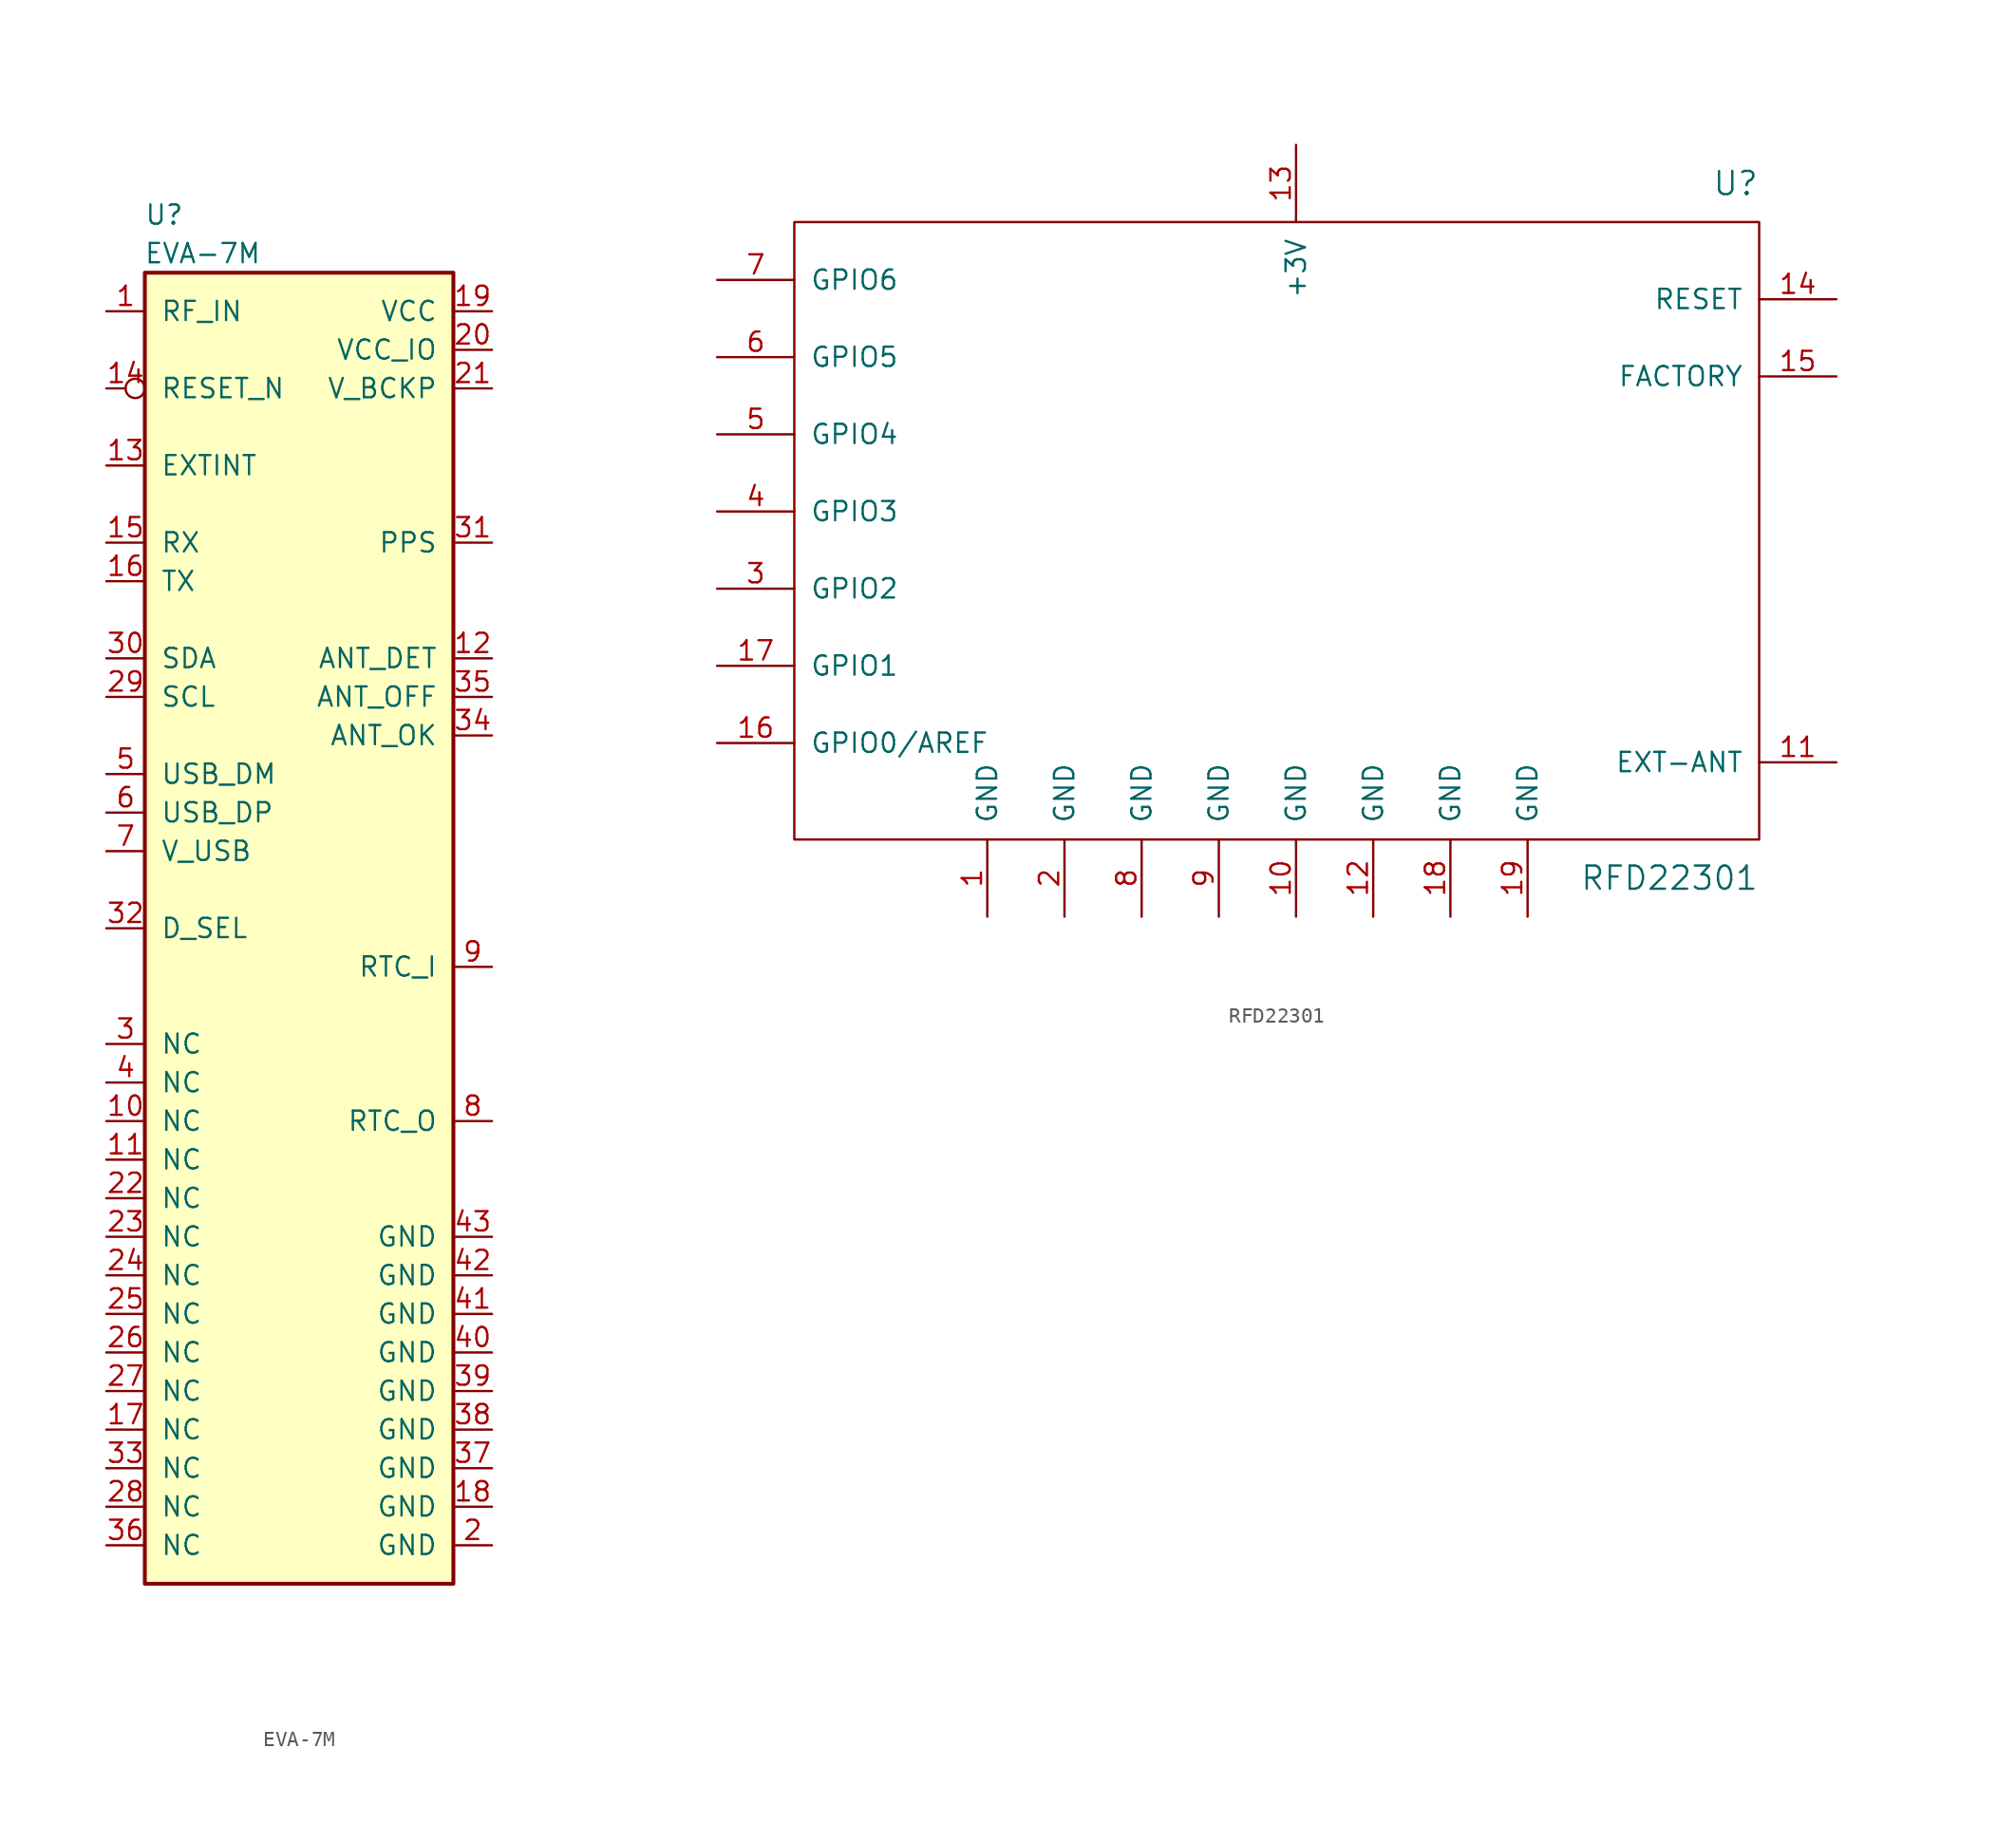
<source format=kicad_sym>
(kicad_symbol_lib
  (version 20211014)
  (generator kicad_symbol_editor)
  (symbol "EVA-7M"
    (pin_names
      (offset 1.016))
    (property "Reference" "U"
      (at -8.89 46.99 0)
      (effects (font (size 1.27 1.27))))
    (property "Value" "EVA-7M"
      (at -6.35 44.45 0)
      (effects (font (size 1.27 1.27))))
    (symbol "EVA-7M_0_0"
      (pin passive line (at -12.7 -12.7 0) (length 2.54) (name "NC" (effects (font (size 1.27 1.27)))) (number "10" (effects (font (size 1.27 1.27)))))
      (pin passive line (at -12.7 -15.24 0) (length 2.54) (name "NC" (effects (font (size 1.27 1.27)))) (number "11" (effects (font (size 1.27 1.27)))))
      (pin input line (at 12.7 17.78 180) (length 2.54) (name "ANT_DET" (effects (font (size 1.27 1.27)))) (number "12" (effects (font (size 1.27 1.27)))))
      (pin input line (at -12.7 30.48 0) (length 2.54) (name "EXTINT" (effects (font (size 1.27 1.27)))) (number "13" (effects (font (size 1.27 1.27)))))
      (pin input line (at -12.7 25.4 0) (length 2.54) (name "RX" (effects (font (size 1.27 1.27)))) (number "15" (effects (font (size 1.27 1.27)))))
      (pin output line (at -12.7 22.86 0) (length 2.54) (name "TX" (effects (font (size 1.27 1.27)))) (number "16" (effects (font (size 1.27 1.27)))))
      (pin passive line (at -12.7 -33.02 0) (length 2.54) (name "NC" (effects (font (size 1.27 1.27)))) (number "17" (effects (font (size 1.27 1.27)))))
      (pin passive line (at 12.7 -38.1 180) (length 2.54) (name "GND" (effects (font (size 1.27 1.27)))) (number "18" (effects (font (size 1.27 1.27)))))
      (pin power_in line (at 12.7 40.64 180) (length 2.54) (name "VCC" (effects (font (size 1.27 1.27)))) (number "19" (effects (font (size 1.27 1.27)))))
      (pin passive line (at 12.7 -40.64 180) (length 2.54) (name "GND" (effects (font (size 1.27 1.27)))) (number "2" (effects (font (size 1.27 1.27)))))
      (pin power_in line (at 12.7 38.1 180) (length 2.54) (name "VCC_IO" (effects (font (size 1.27 1.27)))) (number "20" (effects (font (size 1.27 1.27)))))
      (pin power_in line (at 12.7 35.56 180) (length 2.54) (name "V_BCKP" (effects (font (size 1.27 1.27)))) (number "21" (effects (font (size 1.27 1.27)))))
      (pin passive line (at -12.7 -17.78 0) (length 2.54) (name "NC" (effects (font (size 1.27 1.27)))) (number "22" (effects (font (size 1.27 1.27)))))
      (pin passive line (at -12.7 -20.32 0) (length 2.54) (name "NC" (effects (font (size 1.27 1.27)))) (number "23" (effects (font (size 1.27 1.27)))))
      (pin passive line (at -12.7 -22.86 0) (length 2.54) (name "NC" (effects (font (size 1.27 1.27)))) (number "24" (effects (font (size 1.27 1.27)))))
      (pin passive line (at -12.7 -25.4 0) (length 2.54) (name "NC" (effects (font (size 1.27 1.27)))) (number "25" (effects (font (size 1.27 1.27)))))
      (pin passive line (at -12.7 -27.94 0) (length 2.54) (name "NC" (effects (font (size 1.27 1.27)))) (number "26" (effects (font (size 1.27 1.27)))))
      (pin passive line (at -12.7 -30.48 0) (length 2.54) (name "NC" (effects (font (size 1.27 1.27)))) (number "27" (effects (font (size 1.27 1.27)))))
      (pin passive line (at -12.7 -38.1 0) (length 2.54) (name "NC" (effects (font (size 1.27 1.27)))) (number "28" (effects (font (size 1.27 1.27)))))
      (pin input line (at -12.7 15.24 0) (length 2.54) (name "SCL" (effects (font (size 1.27 1.27)))) (number "29" (effects (font (size 1.27 1.27)))))
      (pin passive line (at -12.7 -7.62 0) (length 2.54) (name "NC" (effects (font (size 1.27 1.27)))) (number "3" (effects (font (size 1.27 1.27)))))
      (pin bidirectional line (at -12.7 17.78 0) (length 2.54) (name "SDA" (effects (font (size 1.27 1.27)))) (number "30" (effects (font (size 1.27 1.27)))))
      (pin output line (at 12.7 25.4 180) (length 2.54) (name "PPS" (effects (font (size 1.27 1.27)))) (number "31" (effects (font (size 1.27 1.27)))))
      (pin input line (at -12.7 0 0) (length 2.54) (name "D_SEL" (effects (font (size 1.27 1.27)))) (number "32" (effects (font (size 1.27 1.27)))))
      (pin passive line (at -12.7 -35.56 0) (length 2.54) (name "NC" (effects (font (size 1.27 1.27)))) (number "33" (effects (font (size 1.27 1.27)))))
      (pin input line (at 12.7 12.7 180) (length 2.54) (name "ANT_OK" (effects (font (size 1.27 1.27)))) (number "34" (effects (font (size 1.27 1.27)))))
      (pin output line (at 12.7 15.24 180) (length 2.54) (name "ANT_OFF" (effects (font (size 1.27 1.27)))) (number "35" (effects (font (size 1.27 1.27)))))
      (pin passive line (at -12.7 -40.64 0) (length 2.54) (name "NC" (effects (font (size 1.27 1.27)))) (number "36" (effects (font (size 1.27 1.27)))))
      (pin passive line (at 12.7 -35.56 180) (length 2.54) (name "GND" (effects (font (size 1.27 1.27)))) (number "37" (effects (font (size 1.27 1.27)))))
      (pin passive line (at 12.7 -33.02 180) (length 2.54) (name "GND" (effects (font (size 1.27 1.27)))) (number "38" (effects (font (size 1.27 1.27)))))
      (pin passive line (at 12.7 -30.48 180) (length 2.54) (name "GND" (effects (font (size 1.27 1.27)))) (number "39" (effects (font (size 1.27 1.27)))))
      (pin passive line (at -12.7 -10.16 0) (length 2.54) (name "NC" (effects (font (size 1.27 1.27)))) (number "4" (effects (font (size 1.27 1.27)))))
      (pin passive line (at 12.7 -27.94 180) (length 2.54) (name "GND" (effects (font (size 1.27 1.27)))) (number "40" (effects (font (size 1.27 1.27)))))
      (pin passive line (at 12.7 -25.4 180) (length 2.54) (name "GND" (effects (font (size 1.27 1.27)))) (number "41" (effects (font (size 1.27 1.27)))))
      (pin passive line (at 12.7 -22.86 180) (length 2.54) (name "GND" (effects (font (size 1.27 1.27)))) (number "42" (effects (font (size 1.27 1.27)))))
      (pin passive line (at 12.7 -20.32 180) (length 2.54) (name "GND" (effects (font (size 1.27 1.27)))) (number "43" (effects (font (size 1.27 1.27)))))
      (pin passive line (at -12.7 10.16 0) (length 2.54) (name "USB_DM" (effects (font (size 1.27 1.27)))) (number "5" (effects (font (size 1.27 1.27)))))
      (pin passive line (at -12.7 7.62 0) (length 2.54) (name "USB_DP" (effects (font (size 1.27 1.27)))) (number "6" (effects (font (size 1.27 1.27)))))
      (pin power_in line (at -12.7 5.08 0) (length 2.54) (name "V_USB" (effects (font (size 1.27 1.27)))) (number "7" (effects (font (size 1.27 1.27)))))
      (pin passive line (at 12.7 -12.7 180) (length 2.54) (name "RTC_O" (effects (font (size 1.27 1.27)))) (number "8" (effects (font (size 1.27 1.27)))))
      (pin passive line (at 12.7 -2.54 180) (length 2.54) (name "RTC_I" (effects (font (size 1.27 1.27)))) (number "9" (effects (font (size 1.27 1.27))))))
    (symbol "EVA-7M_0_1"
      (rectangle (start -10.16 43.18) (end 10.16 -43.18) (stroke (width 0.254) (type default) (color 0 0 0 0)) (fill (type background))))
    (symbol "EVA-7M_1_1"
      (pin input line (at -12.7 40.64 0) (length 2.54) (name "RF_IN" (effects (font (size 1.27 1.27)))) (number "1" (effects (font (size 1.27 1.27)))))
      (pin passive inverted (at -12.7 35.56 0) (length 2.54) (name "RESET_N" (effects (font (size 1.27 1.27)))) (number "14" (effects (font (size 1.27 1.27)))))))
  (symbol "RFD22301"
    (pin_names
      (offset 1.016))
    (property "Reference" "U"
      (at 38.1 -1.27 0)
      (effects (font (size 1.524 1.524)) (justify right)))
    (property "Value" "RFD22301"
      (at 38.1 -46.99 0)
      (effects (font (size 1.524 1.524)) (justify right)))
    (property "Footprint" ""
      (at -8.89 -46.99 0)
      (effects (font (size 1.524 1.524))))
    (property "Datasheet" ""
      (at -8.89 -46.99 0)
      (effects (font (size 1.524 1.524))))
    (symbol "RFD22301_0_1"
      (rectangle (start -25.4 -3.81) (end 38.1 -44.45) (stroke (width 0) (type default) (color 0 0 0 0)) (fill (type none))))
    (symbol "RFD22301_1_1"
      (pin passive line (at -12.7 -49.53 90) (length 5.08) (name "GND" (effects (font (size 1.27 1.27)))) (number "1" (effects (font (size 1.27 1.27)))))
      (pin input line (at 7.62 -49.53 90) (length 5.08) (name "GND" (effects (font (size 1.27 1.27)))) (number "10" (effects (font (size 1.27 1.27)))))
      (pin input line (at 43.18 -39.37 180) (length 5.08) (name "EXT-ANT" (effects (font (size 1.27 1.27)))) (number "11" (effects (font (size 1.27 1.27)))))
      (pin input line (at 12.7 -49.53 90) (length 5.08) (name "GND" (effects (font (size 1.27 1.27)))) (number "12" (effects (font (size 1.27 1.27)))))
      (pin input line (at 7.62 1.27 270) (length 5.08) (name "+3V" (effects (font (size 1.27 1.27)))) (number "13" (effects (font (size 1.27 1.27)))))
      (pin input line (at 43.18 -8.89 180) (length 5.08) (name "RESET" (effects (font (size 1.27 1.27)))) (number "14" (effects (font (size 1.27 1.27)))))
      (pin input line (at 43.18 -13.97 180) (length 5.08) (name "FACTORY" (effects (font (size 1.27 1.27)))) (number "15" (effects (font (size 1.27 1.27)))))
      (pin input line (at -30.48 -38.1 0) (length 5.08) (name "GPIO0/AREF" (effects (font (size 1.27 1.27)))) (number "16" (effects (font (size 1.27 1.27)))))
      (pin input line (at -30.48 -33.02 0) (length 5.08) (name "GPIO1" (effects (font (size 1.27 1.27)))) (number "17" (effects (font (size 1.27 1.27)))))
      (pin input line (at 17.78 -49.53 90) (length 5.08) (name "GND" (effects (font (size 1.27 1.27)))) (number "18" (effects (font (size 1.27 1.27)))))
      (pin input line (at 22.86 -49.53 90) (length 5.08) (name "GND" (effects (font (size 1.27 1.27)))) (number "19" (effects (font (size 1.27 1.27)))))
      (pin input line (at -7.62 -49.53 90) (length 5.08) (name "GND" (effects (font (size 1.27 1.27)))) (number "2" (effects (font (size 1.27 1.27)))))
      (pin input line (at -30.48 -27.94 0) (length 5.08) (name "GPIO2" (effects (font (size 1.27 1.27)))) (number "3" (effects (font (size 1.27 1.27)))))
      (pin input line (at -30.48 -22.86 0) (length 5.08) (name "GPIO3" (effects (font (size 1.27 1.27)))) (number "4" (effects (font (size 1.27 1.27)))))
      (pin input line (at -30.48 -17.78 0) (length 5.08) (name "GPIO4" (effects (font (size 1.27 1.27)))) (number "5" (effects (font (size 1.27 1.27)))))
      (pin input line (at -30.48 -12.7 0) (length 5.08) (name "GPIO5" (effects (font (size 1.27 1.27)))) (number "6" (effects (font (size 1.27 1.27)))))
      (pin input line (at -30.48 -7.62 0) (length 5.08) (name "GPIO6" (effects (font (size 1.27 1.27)))) (number "7" (effects (font (size 1.27 1.27)))))
      (pin input line (at -2.54 -49.53 90) (length 5.08) (name "GND" (effects (font (size 1.27 1.27)))) (number "8" (effects (font (size 1.27 1.27)))))
      (pin input line (at 2.54 -49.53 90) (length 5.08) (name "GND" (effects (font (size 1.27 1.27)))) (number "9" (effects (font (size 1.27 1.27))))))))
</source>
